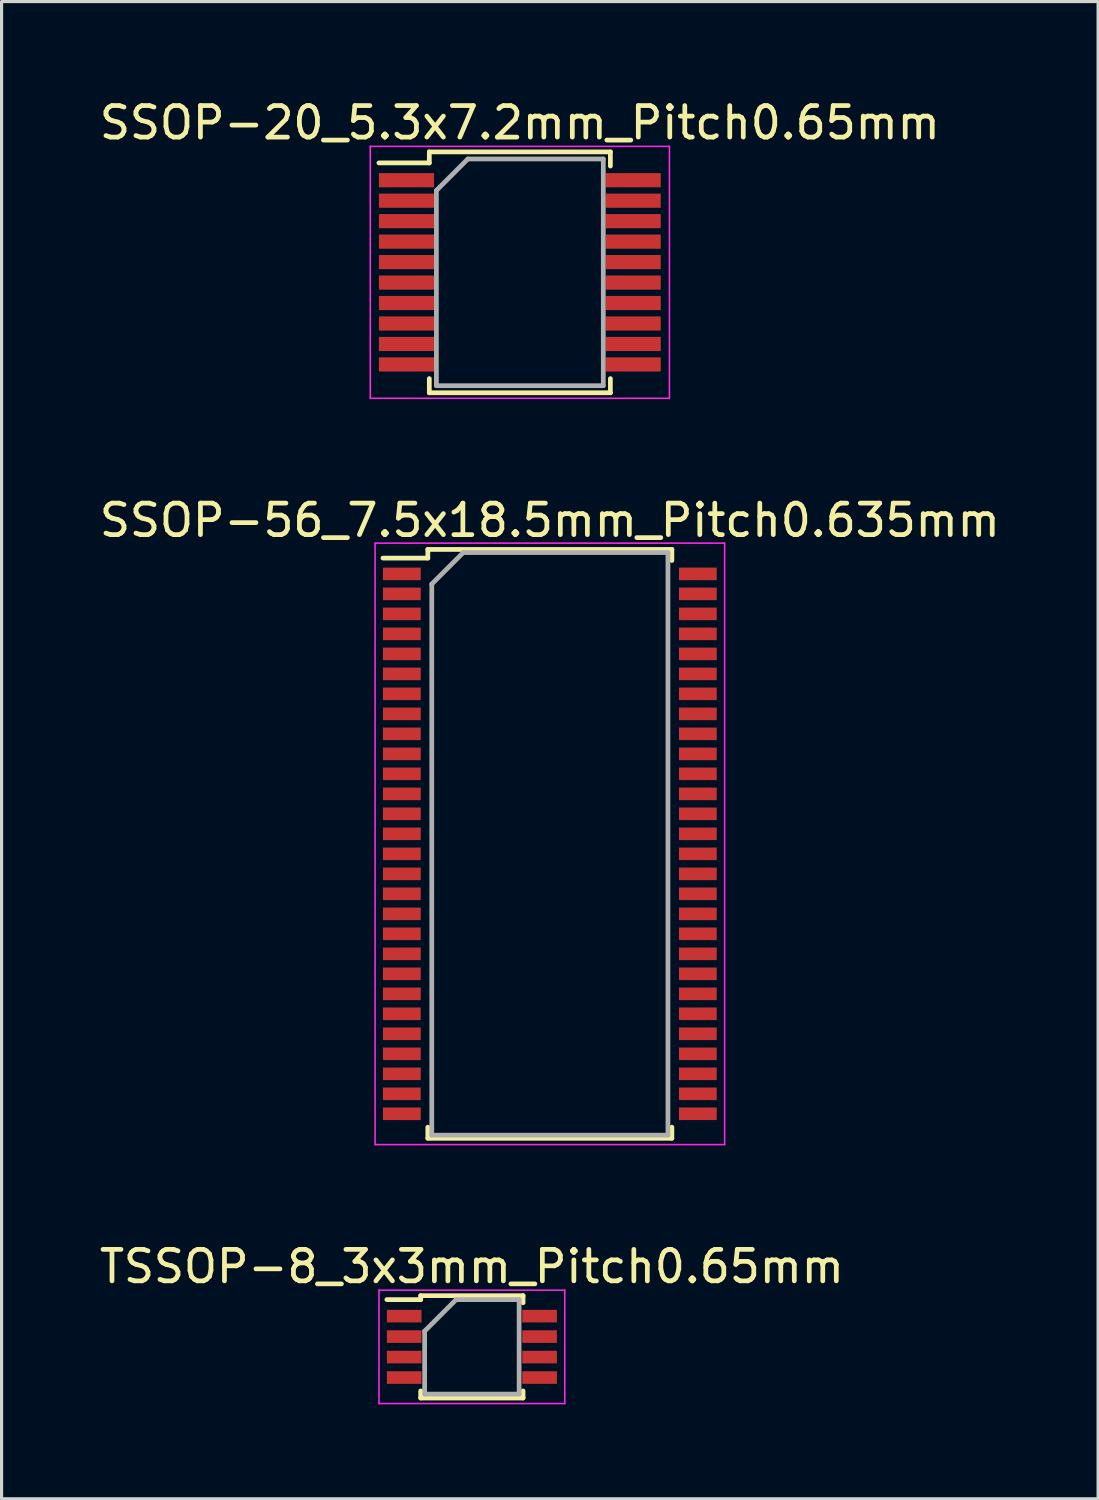
<source format=kicad_pcb>
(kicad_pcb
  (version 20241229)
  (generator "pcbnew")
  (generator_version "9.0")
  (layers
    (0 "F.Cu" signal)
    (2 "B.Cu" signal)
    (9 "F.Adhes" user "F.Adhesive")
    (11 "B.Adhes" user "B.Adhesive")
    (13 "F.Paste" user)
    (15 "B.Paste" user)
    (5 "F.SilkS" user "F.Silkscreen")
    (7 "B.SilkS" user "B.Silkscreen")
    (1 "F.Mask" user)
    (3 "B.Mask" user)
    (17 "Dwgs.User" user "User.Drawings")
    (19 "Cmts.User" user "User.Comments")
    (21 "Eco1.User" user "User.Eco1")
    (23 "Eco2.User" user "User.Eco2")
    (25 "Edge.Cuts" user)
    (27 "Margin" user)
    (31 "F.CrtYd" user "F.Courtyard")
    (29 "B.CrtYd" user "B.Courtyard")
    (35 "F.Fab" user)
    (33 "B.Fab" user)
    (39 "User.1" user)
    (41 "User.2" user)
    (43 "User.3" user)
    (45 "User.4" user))
  (footprint "TSSOP-8_3x3mm_Pitch0.65mm"
    (layer "F.Cu")
    (at 11.935 39.72)
    (property "Reference" "TSSOP-8_3x3mm_Pitch0.65mm" (at 0 -2.55 0) (layer "F.SilkS") (effects (font (size 1 1) (thickness 0.15))))
    (attr smd)
    (fp_line (start -1.625 -1.625) (end -1.625 -1.5) (stroke (width 0.15) (type solid)) (layer "F.SilkS"))
    (fp_line (start -1.625 -1.625) (end 1.625 -1.625) (stroke (width 0.15) (type solid)) (layer "F.SilkS"))
    (fp_line (start -1.625 -1.5) (end -2.7 -1.5) (stroke (width 0.15) (type solid)) (layer "F.SilkS"))
    (fp_line (start -1.625 1.625) (end -1.625 1.4) (stroke (width 0.15) (type solid)) (layer "F.SilkS"))
    (fp_line (start -1.625 1.625) (end 1.625 1.625) (stroke (width 0.15) (type solid)) (layer "F.SilkS"))
    (fp_line (start 1.625 -1.625) (end 1.625 -1.4) (stroke (width 0.15) (type solid)) (layer "F.SilkS"))
    (fp_line (start 1.625 1.625) (end 1.625 1.4) (stroke (width 0.15) (type solid)) (layer "F.SilkS"))
    (fp_line (start -2.95 -1.8) (end -2.95 1.8) (stroke (width 0.05) (type solid)) (layer "F.CrtYd"))
    (fp_line (start -2.95 -1.8) (end 2.95 -1.8) (stroke (width 0.05) (type solid)) (layer "F.CrtYd"))
    (fp_line (start -2.95 1.8) (end 2.95 1.8) (stroke (width 0.05) (type solid)) (layer "F.CrtYd"))
    (fp_line (start 2.95 -1.8) (end 2.95 1.8) (stroke (width 0.05) (type solid)) (layer "F.CrtYd"))
    (fp_line (start -1.5 -0.5) (end -0.5 -1.5) (stroke (width 0.15) (type solid)) (layer "F.Fab"))
    (fp_line (start -1.5 1.5) (end -1.5 -0.5) (stroke (width 0.15) (type solid)) (layer "F.Fab"))
    (fp_line (start -0.5 -1.5) (end 1.5 -1.5) (stroke (width 0.15) (type solid)) (layer "F.Fab"))
    (fp_line (start 1.5 -1.5) (end 1.5 1.5) (stroke (width 0.15) (type solid)) (layer "F.Fab"))
    (fp_line (start 1.5 1.5) (end -1.5 1.5) (stroke (width 0.15) (type solid)) (layer "F.Fab"))
    (pad "1" smd rect (at -2.15 -0.975) (size 1.1 0.4) (layers "F.Cu" "F.Mask" "F.Paste"))
    (pad "2" smd rect (at -2.15 -0.325) (size 1.1 0.4) (layers "F.Cu" "F.Mask" "F.Paste"))
    (pad "3" smd rect (at -2.15 0.325) (size 1.1 0.4) (layers "F.Cu" "F.Mask" "F.Paste"))
    (pad "4" smd rect (at -2.15 0.975) (size 1.1 0.4) (layers "F.Cu" "F.Mask" "F.Paste"))
    (pad "5" smd rect (at 2.15 0.975) (size 1.1 0.4) (layers "F.Cu" "F.Mask" "F.Paste"))
    (pad "6" smd rect (at 2.15 0.325) (size 1.1 0.4) (layers "F.Cu" "F.Mask" "F.Paste"))
    (pad "7" smd rect (at 2.15 -0.325) (size 1.1 0.4) (layers "F.Cu" "F.Mask" "F.Paste"))
    (pad "8" smd rect (at 2.15 -0.975) (size 1.1 0.4) (layers "F.Cu" "F.Mask" "F.Paste")))
  (footprint "SSOP-56_7.5x18.5mm_Pitch0.635mm"
    (layer "F.Cu")
    (at 14.411 23.747)
    (property "Reference" "SSOP-56_7.5x18.5mm_Pitch0.635mm" (at 0 -10.275 0) (layer "F.SilkS") (effects (font (size 1 1) (thickness 0.15))))
    (attr smd)
    (fp_line (start -3.875 -9.35) (end -3.875 -9.075) (stroke (width 0.15) (type solid)) (layer "F.SilkS"))
    (fp_line (start -3.875 -9.35) (end 3.875 -9.35) (stroke (width 0.15) (type solid)) (layer "F.SilkS"))
    (fp_line (start -3.875 -9.075) (end -5.3 -9.075) (stroke (width 0.15) (type solid)) (layer "F.SilkS"))
    (fp_line (start -3.875 9.35) (end -3.875 8.998) (stroke (width 0.15) (type solid)) (layer "F.SilkS"))
    (fp_line (start -3.875 9.35) (end 3.875 9.35) (stroke (width 0.15) (type solid)) (layer "F.SilkS"))
    (fp_line (start 3.875 -9.35) (end 3.875 -8.998) (stroke (width 0.15) (type solid)) (layer "F.SilkS"))
    (fp_line (start 3.875 9.35) (end 3.875 8.998) (stroke (width 0.15) (type solid)) (layer "F.SilkS"))
    (fp_line (start -5.55 -9.55) (end -5.55 9.55) (stroke (width 0.05) (type solid)) (layer "F.CrtYd"))
    (fp_line (start -5.55 -9.55) (end 5.55 -9.55) (stroke (width 0.05) (type solid)) (layer "F.CrtYd"))
    (fp_line (start -5.55 9.55) (end 5.55 9.55) (stroke (width 0.05) (type solid)) (layer "F.CrtYd"))
    (fp_line (start 5.55 -9.55) (end 5.55 9.55) (stroke (width 0.05) (type solid)) (layer "F.CrtYd"))
    (fp_line (start -3.75 -8.25) (end -2.75 -9.25) (stroke (width 0.15) (type solid)) (layer "F.Fab"))
    (fp_line (start -3.75 9.25) (end -3.75 -8.25) (stroke (width 0.15) (type solid)) (layer "F.Fab"))
    (fp_line (start -2.75 -9.25) (end 3.75 -9.25) (stroke (width 0.15) (type solid)) (layer "F.Fab"))
    (fp_line (start 3.75 -9.25) (end 3.75 9.25) (stroke (width 0.15) (type solid)) (layer "F.Fab"))
    (fp_line (start 3.75 9.25) (end -3.75 9.25) (stroke (width 0.15) (type solid)) (layer "F.Fab"))
    (pad "1" smd rect (at -4.7 -8.572) (size 1.2 0.4) (layers "F.Cu" "F.Mask" "F.Paste"))
    (pad "2" smd rect (at -4.7 -7.938) (size 1.2 0.4) (layers "F.Cu" "F.Mask" "F.Paste"))
    (pad "3" smd rect (at -4.7 -7.303) (size 1.2 0.4) (layers "F.Cu" "F.Mask" "F.Paste"))
    (pad "4" smd rect (at -4.7 -6.668) (size 1.2 0.4) (layers "F.Cu" "F.Mask" "F.Paste"))
    (pad "5" smd rect (at -4.7 -6.032) (size 1.2 0.4) (layers "F.Cu" "F.Mask" "F.Paste"))
    (pad "6" smd rect (at -4.7 -5.397) (size 1.2 0.4) (layers "F.Cu" "F.Mask" "F.Paste"))
    (pad "7" smd rect (at -4.7 -4.763) (size 1.2 0.4) (layers "F.Cu" "F.Mask" "F.Paste"))
    (pad "8" smd rect (at -4.7 -4.128) (size 1.2 0.4) (layers "F.Cu" "F.Mask" "F.Paste"))
    (pad "9" smd rect (at -4.7 -3.493) (size 1.2 0.4) (layers "F.Cu" "F.Mask" "F.Paste"))
    (pad "10" smd rect (at -4.7 -2.857) (size 1.2 0.4) (layers "F.Cu" "F.Mask" "F.Paste"))
    (pad "11" smd rect (at -4.7 -2.223) (size 1.2 0.4) (layers "F.Cu" "F.Mask" "F.Paste"))
    (pad "12" smd rect (at -4.7 -1.587) (size 1.2 0.4) (layers "F.Cu" "F.Mask" "F.Paste"))
    (pad "13" smd rect (at -4.7 -0.953) (size 1.2 0.4) (layers "F.Cu" "F.Mask" "F.Paste"))
    (pad "14" smd rect (at -4.7 -0.318) (size 1.2 0.4) (layers "F.Cu" "F.Mask" "F.Paste"))
    (pad "15" smd rect (at -4.7 0.318) (size 1.2 0.4) (layers "F.Cu" "F.Mask" "F.Paste"))
    (pad "16" smd rect (at -4.7 0.953) (size 1.2 0.4) (layers "F.Cu" "F.Mask" "F.Paste"))
    (pad "17" smd rect (at -4.7 1.587) (size 1.2 0.4) (layers "F.Cu" "F.Mask" "F.Paste"))
    (pad "18" smd rect (at -4.7 2.223) (size 1.2 0.4) (layers "F.Cu" "F.Mask" "F.Paste"))
    (pad "19" smd rect (at -4.7 2.857) (size 1.2 0.4) (layers "F.Cu" "F.Mask" "F.Paste"))
    (pad "20" smd rect (at -4.7 3.493) (size 1.2 0.4) (layers "F.Cu" "F.Mask" "F.Paste"))
    (pad "21" smd rect (at -4.7 4.128) (size 1.2 0.4) (layers "F.Cu" "F.Mask" "F.Paste"))
    (pad "22" smd rect (at -4.7 4.763) (size 1.2 0.4) (layers "F.Cu" "F.Mask" "F.Paste"))
    (pad "23" smd rect (at -4.7 5.397) (size 1.2 0.4) (layers "F.Cu" "F.Mask" "F.Paste"))
    (pad "24" smd rect (at -4.7 6.032) (size 1.2 0.4) (layers "F.Cu" "F.Mask" "F.Paste"))
    (pad "25" smd rect (at -4.7 6.668) (size 1.2 0.4) (layers "F.Cu" "F.Mask" "F.Paste"))
    (pad "26" smd rect (at -4.7 7.303) (size 1.2 0.4) (layers "F.Cu" "F.Mask" "F.Paste"))
    (pad "27" smd rect (at -4.7 7.938) (size 1.2 0.4) (layers "F.Cu" "F.Mask" "F.Paste"))
    (pad "28" smd rect (at -4.7 8.572) (size 1.2 0.4) (layers "F.Cu" "F.Mask" "F.Paste"))
    (pad "29" smd rect (at 4.7 8.572) (size 1.2 0.4) (layers "F.Cu" "F.Mask" "F.Paste"))
    (pad "30" smd rect (at 4.7 7.938) (size 1.2 0.4) (layers "F.Cu" "F.Mask" "F.Paste"))
    (pad "31" smd rect (at 4.7 7.303) (size 1.2 0.4) (layers "F.Cu" "F.Mask" "F.Paste"))
    (pad "32" smd rect (at 4.7 6.668) (size 1.2 0.4) (layers "F.Cu" "F.Mask" "F.Paste"))
    (pad "33" smd rect (at 4.7 6.032) (size 1.2 0.4) (layers "F.Cu" "F.Mask" "F.Paste"))
    (pad "34" smd rect (at 4.7 5.397) (size 1.2 0.4) (layers "F.Cu" "F.Mask" "F.Paste"))
    (pad "35" smd rect (at 4.7 4.763) (size 1.2 0.4) (layers "F.Cu" "F.Mask" "F.Paste"))
    (pad "36" smd rect (at 4.7 4.128) (size 1.2 0.4) (layers "F.Cu" "F.Mask" "F.Paste"))
    (pad "37" smd rect (at 4.7 3.493) (size 1.2 0.4) (layers "F.Cu" "F.Mask" "F.Paste"))
    (pad "38" smd rect (at 4.7 2.857) (size 1.2 0.4) (layers "F.Cu" "F.Mask" "F.Paste"))
    (pad "39" smd rect (at 4.7 2.223) (size 1.2 0.4) (layers "F.Cu" "F.Mask" "F.Paste"))
    (pad "40" smd rect (at 4.7 1.587) (size 1.2 0.4) (layers "F.Cu" "F.Mask" "F.Paste"))
    (pad "41" smd rect (at 4.7 0.953) (size 1.2 0.4) (layers "F.Cu" "F.Mask" "F.Paste"))
    (pad "42" smd rect (at 4.7 0.318) (size 1.2 0.4) (layers "F.Cu" "F.Mask" "F.Paste"))
    (pad "43" smd rect (at 4.7 -0.318) (size 1.2 0.4) (layers "F.Cu" "F.Mask" "F.Paste"))
    (pad "44" smd rect (at 4.7 -0.953) (size 1.2 0.4) (layers "F.Cu" "F.Mask" "F.Paste"))
    (pad "45" smd rect (at 4.7 -1.587) (size 1.2 0.4) (layers "F.Cu" "F.Mask" "F.Paste"))
    (pad "46" smd rect (at 4.7 -2.223) (size 1.2 0.4) (layers "F.Cu" "F.Mask" "F.Paste"))
    (pad "47" smd rect (at 4.7 -2.857) (size 1.2 0.4) (layers "F.Cu" "F.Mask" "F.Paste"))
    (pad "48" smd rect (at 4.7 -3.493) (size 1.2 0.4) (layers "F.Cu" "F.Mask" "F.Paste"))
    (pad "49" smd rect (at 4.7 -4.128) (size 1.2 0.4) (layers "F.Cu" "F.Mask" "F.Paste"))
    (pad "50" smd rect (at 4.7 -4.763) (size 1.2 0.4) (layers "F.Cu" "F.Mask" "F.Paste"))
    (pad "51" smd rect (at 4.7 -5.397) (size 1.2 0.4) (layers "F.Cu" "F.Mask" "F.Paste"))
    (pad "52" smd rect (at 4.7 -6.032) (size 1.2 0.4) (layers "F.Cu" "F.Mask" "F.Paste"))
    (pad "53" smd rect (at 4.7 -6.668) (size 1.2 0.4) (layers "F.Cu" "F.Mask" "F.Paste"))
    (pad "54" smd rect (at 4.7 -7.303) (size 1.2 0.4) (layers "F.Cu" "F.Mask" "F.Paste"))
    (pad "55" smd rect (at 4.7 -7.938) (size 1.2 0.4) (layers "F.Cu" "F.Mask" "F.Paste"))
    (pad "56" smd rect (at 4.7 -8.572) (size 1.2 0.4) (layers "F.Cu" "F.Mask" "F.Paste")))
  (footprint "SSOP-20_5.3x7.2mm_Pitch0.65mm"
    (layer "F.Cu")
    (at 13.458 5.598)
    (property "Reference" "SSOP-20_5.3x7.2mm_Pitch0.65mm" (at 0 -4.75 0) (layer "F.SilkS") (effects (font (size 1 1) (thickness 0.15))))
    (attr smd)
    (fp_line (start -2.875 -3.825) (end -2.875 -3.475) (stroke (width 0.15) (type solid)) (layer "F.SilkS"))
    (fp_line (start -2.875 -3.825) (end 2.875 -3.825) (stroke (width 0.15) (type solid)) (layer "F.SilkS"))
    (fp_line (start -2.875 -3.475) (end -4.475 -3.475) (stroke (width 0.15) (type solid)) (layer "F.SilkS"))
    (fp_line (start -2.875 3.825) (end -2.875 3.375) (stroke (width 0.15) (type solid)) (layer "F.SilkS"))
    (fp_line (start -2.875 3.825) (end 2.875 3.825) (stroke (width 0.15) (type solid)) (layer "F.SilkS"))
    (fp_line (start 2.875 -3.825) (end 2.875 -3.375) (stroke (width 0.15) (type solid)) (layer "F.SilkS"))
    (fp_line (start 2.875 3.825) (end 2.875 3.375) (stroke (width 0.15) (type solid)) (layer "F.SilkS"))
    (fp_line (start -4.75 -4) (end -4.75 4) (stroke (width 0.05) (type solid)) (layer "F.CrtYd"))
    (fp_line (start -4.75 -4) (end 4.75 -4) (stroke (width 0.05) (type solid)) (layer "F.CrtYd"))
    (fp_line (start -4.75 4) (end 4.75 4) (stroke (width 0.05) (type solid)) (layer "F.CrtYd"))
    (fp_line (start 4.75 -4) (end 4.75 4) (stroke (width 0.05) (type solid)) (layer "F.CrtYd"))
    (fp_line (start -2.65 -2.6) (end -1.65 -3.6) (stroke (width 0.15) (type solid)) (layer "F.Fab"))
    (fp_line (start -2.65 3.6) (end -2.65 -2.6) (stroke (width 0.15) (type solid)) (layer "F.Fab"))
    (fp_line (start -1.65 -3.6) (end 2.65 -3.6) (stroke (width 0.15) (type solid)) (layer "F.Fab"))
    (fp_line (start 2.65 -3.6) (end 2.65 3.6) (stroke (width 0.15) (type solid)) (layer "F.Fab"))
    (fp_line (start 2.65 3.6) (end -2.65 3.6) (stroke (width 0.15) (type solid)) (layer "F.Fab"))
    (pad "1" smd rect (at -3.6 -2.925) (size 1.75 0.45) (layers "F.Cu" "F.Mask" "F.Paste"))
    (pad "2" smd rect (at -3.6 -2.275) (size 1.75 0.45) (layers "F.Cu" "F.Mask" "F.Paste"))
    (pad "3" smd rect (at -3.6 -1.625) (size 1.75 0.45) (layers "F.Cu" "F.Mask" "F.Paste"))
    (pad "4" smd rect (at -3.6 -0.975) (size 1.75 0.45) (layers "F.Cu" "F.Mask" "F.Paste"))
    (pad "5" smd rect (at -3.6 -0.325) (size 1.75 0.45) (layers "F.Cu" "F.Mask" "F.Paste"))
    (pad "6" smd rect (at -3.6 0.325) (size 1.75 0.45) (layers "F.Cu" "F.Mask" "F.Paste"))
    (pad "7" smd rect (at -3.6 0.975) (size 1.75 0.45) (layers "F.Cu" "F.Mask" "F.Paste"))
    (pad "8" smd rect (at -3.6 1.625) (size 1.75 0.45) (layers "F.Cu" "F.Mask" "F.Paste"))
    (pad "9" smd rect (at -3.6 2.275) (size 1.75 0.45) (layers "F.Cu" "F.Mask" "F.Paste"))
    (pad "10" smd rect (at -3.6 2.925) (size 1.75 0.45) (layers "F.Cu" "F.Mask" "F.Paste"))
    (pad "11" smd rect (at 3.6 2.925) (size 1.75 0.45) (layers "F.Cu" "F.Mask" "F.Paste"))
    (pad "12" smd rect (at 3.6 2.275) (size 1.75 0.45) (layers "F.Cu" "F.Mask" "F.Paste"))
    (pad "13" smd rect (at 3.6 1.625) (size 1.75 0.45) (layers "F.Cu" "F.Mask" "F.Paste"))
    (pad "14" smd rect (at 3.6 0.975) (size 1.75 0.45) (layers "F.Cu" "F.Mask" "F.Paste"))
    (pad "15" smd rect (at 3.6 0.325) (size 1.75 0.45) (layers "F.Cu" "F.Mask" "F.Paste"))
    (pad "16" smd rect (at 3.6 -0.325) (size 1.75 0.45) (layers "F.Cu" "F.Mask" "F.Paste"))
    (pad "17" smd rect (at 3.6 -0.975) (size 1.75 0.45) (layers "F.Cu" "F.Mask" "F.Paste"))
    (pad "18" smd rect (at 3.6 -1.625) (size 1.75 0.45) (layers "F.Cu" "F.Mask" "F.Paste"))
    (pad "19" smd rect (at 3.6 -2.275) (size 1.75 0.45) (layers "F.Cu" "F.Mask" "F.Paste"))
    (pad "20" smd rect (at 3.6 -2.925) (size 1.75 0.45) (layers "F.Cu" "F.Mask" "F.Paste")))
  (gr_rect
    (start -3 -3)
    (end 31.821 44.545)
    (stroke (width 0.1) (type default))
    (fill no)
    (layer "Edge.Cuts")))
</source>
